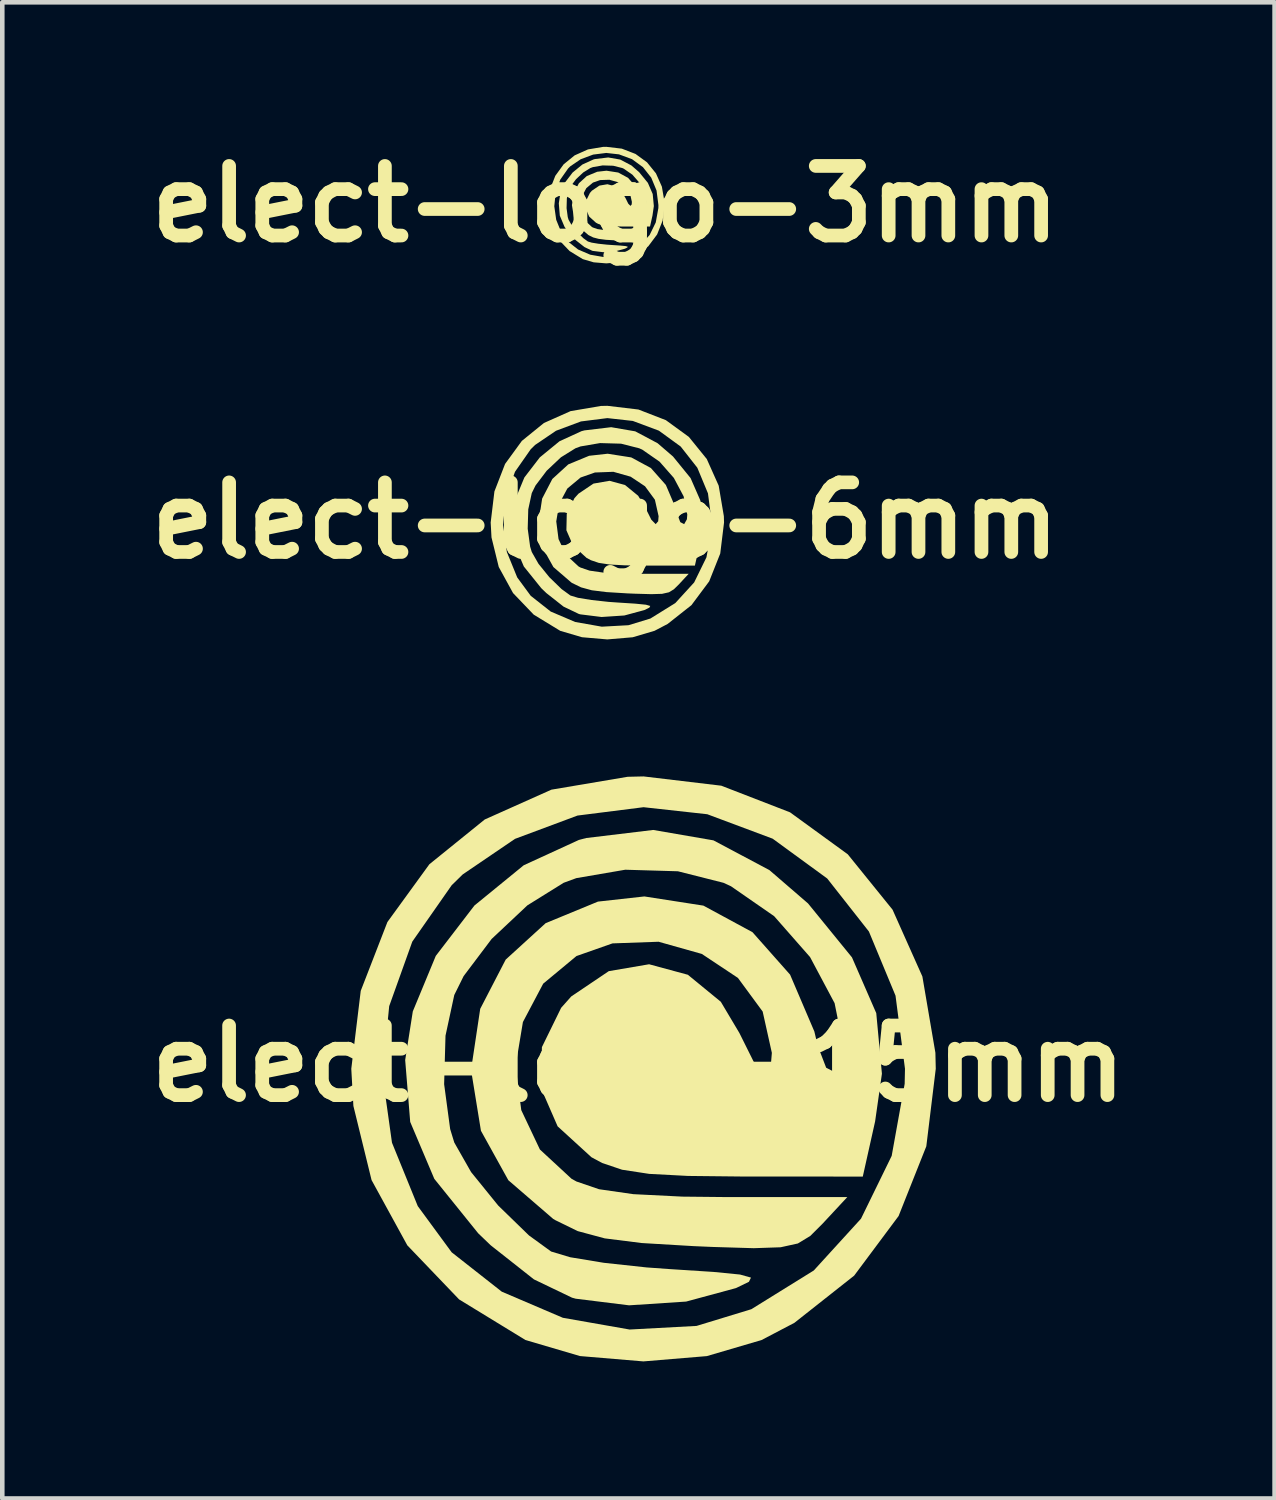
<source format=kicad_pcb>
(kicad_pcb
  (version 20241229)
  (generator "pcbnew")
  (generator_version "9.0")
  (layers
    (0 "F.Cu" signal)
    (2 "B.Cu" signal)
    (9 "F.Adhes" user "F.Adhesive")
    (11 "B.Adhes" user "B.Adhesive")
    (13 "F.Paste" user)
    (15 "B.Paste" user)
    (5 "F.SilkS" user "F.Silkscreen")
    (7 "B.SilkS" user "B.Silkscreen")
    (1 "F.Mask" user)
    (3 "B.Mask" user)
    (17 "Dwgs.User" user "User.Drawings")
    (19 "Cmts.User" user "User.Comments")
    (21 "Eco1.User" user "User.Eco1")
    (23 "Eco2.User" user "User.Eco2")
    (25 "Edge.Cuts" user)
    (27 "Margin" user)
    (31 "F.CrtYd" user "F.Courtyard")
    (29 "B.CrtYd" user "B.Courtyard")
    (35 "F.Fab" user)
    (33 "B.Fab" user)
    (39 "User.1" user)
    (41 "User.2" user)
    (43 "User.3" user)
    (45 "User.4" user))
  (footprint "elect-logo-15mm"
    (layer "F.Cu")
    (at 10.929 20.24)
    (property "Reference" "elect-logo-15mm" (at 0 0 0) (layer "F.SilkS") (effects (font (size 1.524 1.524) (thickness 0.3))))
    (attr board_only exclude_from_pos_files exclude_from_bom)
    (fp_poly (pts (xy 1.815 -6.086) (xy 3.32 -5.503) (xy 4.584 -4.584) (xy 5.565 -3.371) (xy 6.218 -1.908) (xy 6.503 -0.238) (xy 6.511 0.112) (xy 6.304 1.81) (xy 5.697 3.337) (xy 4.724 4.642) (xy 3.416 5.675) (xy 2.697 6.052) (xy 1.499 6.404) (xy 0.109 6.52) (xy -1.28 6.403) (xy -2.473 6.052) (xy -3.926 5.163) (xy -5.06 3.979) (xy -5.843 2.55) (xy -6.241 0.926) (xy -6.28 0.24) (xy -5.605 0.24) (xy -5.396 1.731) (xy -4.831 3.12) (xy -4.089 4.131) (xy -2.992 4.993) (xy -1.654 5.565) (xy -0.193 5.822) (xy 1.273 5.743) (xy 2.473 5.377) (xy 3.84 4.529) (xy 4.874 3.395) (xy 5.546 2.019) (xy 5.83 0.443) (xy 5.837 0.112) (xy 5.63 -1.488) (xy 5.047 -2.893) (xy 4.134 -4.054) (xy 2.939 -4.926) (xy 1.508 -5.461) (xy 0.112 -5.615) (xy -1.334 -5.432) (xy -2.702 -4.922) (xy -3.846 -4.144) (xy -4.089 -3.906) (xy -4.951 -2.672) (xy -5.457 -1.259) (xy -5.605 0.24) (xy -6.28 0.24) (xy -6.287 0.112) (xy -6.08 -1.594) (xy -5.496 -3.101) (xy -4.577 -4.366) (xy -3.365 -5.346) (xy -1.905 -5.999) (xy -0.237 -6.281) (xy 0.112 -6.289)) (stroke (width 0) (type solid)) (fill yes) (layer "F.SilkS"))
    (fp_poly (pts (xy 1.643 -4.889) (xy 2.868 -4.238) (xy 3.714 -3.508) (xy 4.676 -2.327) (xy 5.208 -1.106) (xy 5.332 0.221) (xy 5.183 1.265) (xy 4.913 2.473) (xy 2.288 2.472) (xy 1.087 2.459) (xy 0.237 2.414) (xy -0.358 2.323) (xy -0.795 2.175) (xy -1.029 2.049) (xy -1.769 1.373) (xy -2.134 0.535) (xy -2.113 -0.362) (xy -1.692 -1.222) (xy -1.471 -1.471) (xy -0.649 -2.025) (xy 0.234 -2.176) (xy 1.083 -1.946) (xy 1.804 -1.355) (xy 2.211 -0.671) (xy 2.524 -0.042) (xy 2.763 0.201) (xy 2.899 0.043) (xy 2.922 -0.236) (xy 2.721 -1.14) (xy 2.179 -1.877) (xy 1.389 -2.402) (xy 0.442 -2.669) (xy -0.568 -2.633) (xy -1.356 -2.356) (xy -2.085 -1.751) (xy -2.529 -0.911) (xy -2.689 0.05) (xy -2.565 1.018) (xy -2.157 1.88) (xy -1.464 2.521) (xy -1.356 2.581) (xy -0.862 2.75) (xy -0.112 2.858) (xy 0.965 2.912) (xy 1.939 2.922) (xy 4.574 2.922) (xy 4.029 3.508) (xy 3.763 3.773) (xy 3.491 3.938) (xy 3.113 4.021) (xy 2.526 4.041) (xy 1.629 4.014) (xy 1.212 3.996) (xy 0.07 3.928) (xy -0.738 3.826) (xy -1.329 3.667) (xy -1.818 3.428) (xy -1.867 3.399) (xy -2.848 2.553) (xy -3.448 1.47) (xy -3.66 0.166) (xy -3.661 0.112) (xy -3.464 -1.2) (xy -2.906 -2.278) (xy -2.031 -3.076) (xy -0.886 -3.548) (xy 0.131 -3.661) (xy 1.423 -3.46) (xy 2.498 -2.878) (xy 3.321 -1.949) (xy 3.853 -0.703) (xy 3.926 -0.393) (xy 4.111 0.089) (xy 4.326 0.201) (xy 4.476 -0.068) (xy 4.496 -0.323) (xy 4.296 -1.324) (xy 3.758 -2.334) (xy 2.972 -3.229) (xy 2.027 -3.884) (xy 1.862 -3.96) (xy 0.865 -4.212) (xy -0.288 -4.246) (xy -1.359 -4.062) (xy -1.637 -3.96) (xy -2.431 -3.466) (xy -3.214 -2.73) (xy -3.827 -1.917) (xy -4.032 -1.503) (xy -4.224 -0.612) (xy -4.254 0.45) (xy -4.122 1.433) (xy -4.032 1.727) (xy -3.664 2.374) (xy -3.07 3.107) (xy -2.396 3.762) (xy -1.911 4.114) (xy -1.495 4.239) (xy -0.757 4.361) (xy 0.176 4.462) (xy 0.674 4.498) (xy 1.647 4.561) (xy 2.225 4.618) (xy 2.465 4.685) (xy 2.42 4.777) (xy 2.146 4.91) (xy 2.135 4.915) (xy 1.045 5.21) (xy -0.205 5.292) (xy -1.373 5.147) (xy -1.453 5.125) (xy -2.288 4.724) (xy -3.235 3.977) (xy -3.508 3.715) (xy -4.469 2.523) (xy -4.997 1.276) (xy -5.107 -0.079) (xy -4.94 -1.144) (xy -4.437 -2.359) (xy -3.591 -3.462) (xy -2.511 -4.344) (xy -1.304 -4.898) (xy -1.144 -4.94) (xy 0.324 -5.117)) (stroke (width 0) (type solid)) (fill yes) (layer "F.SilkS")))
  (footprint "elect-logo-3mm"
    (layer "F.Cu")
    (at 10.204 1.418)
    (property "Reference" "elect-logo-3mm" (at 0 0 0) (layer "F.SilkS") (effects (font (size 1.524 1.524) (thickness 0.3))))
    (attr board_only exclude_from_pos_files exclude_from_bom)
    (fp_poly (pts (xy 0.362 -1.213) (xy 0.662 -1.097) (xy 0.914 -0.913) (xy 1.109 -0.672) (xy 1.239 -0.38) (xy 1.296 -0.047) (xy 1.298 0.022) (xy 1.256 0.361) (xy 1.135 0.665) (xy 0.941 0.925) (xy 0.681 1.131) (xy 0.538 1.206) (xy 0.299 1.276) (xy 0.022 1.299) (xy -0.255 1.276) (xy -0.493 1.206) (xy -0.782 1.029) (xy -1.008 0.793) (xy -1.164 0.508) (xy -1.244 0.185) (xy -1.251 0.048) (xy -1.117 0.048) (xy -1.075 0.345) (xy -0.963 0.622) (xy -0.815 0.823) (xy -0.596 0.995) (xy -0.33 1.109) (xy -0.038 1.16) (xy 0.254 1.145) (xy 0.493 1.072) (xy 0.765 0.903) (xy 0.971 0.677) (xy 1.105 0.402) (xy 1.162 0.088) (xy 1.163 0.022) (xy 1.122 -0.297) (xy 1.006 -0.577) (xy 0.824 -0.808) (xy 0.586 -0.982) (xy 0.3 -1.088) (xy 0.022 -1.119) (xy -0.266 -1.083) (xy -0.539 -0.981) (xy -0.767 -0.826) (xy -0.815 -0.778) (xy -0.987 -0.533) (xy -1.087 -0.251) (xy -1.117 0.048) (xy -1.251 0.048) (xy -1.253 0.022) (xy -1.212 -0.318) (xy -1.095 -0.618) (xy -0.912 -0.87) (xy -0.671 -1.066) (xy -0.38 -1.196) (xy -0.047 -1.252) (xy 0.022 -1.253)) (stroke (width 0) (type solid)) (fill yes) (layer "F.SilkS"))
    (fp_poly (pts (xy 0.327 -0.974) (xy 0.572 -0.845) (xy 0.74 -0.699) (xy 0.932 -0.464) (xy 1.038 -0.22) (xy 1.063 0.044) (xy 1.033 0.252) (xy 0.979 0.493) (xy 0.456 0.493) (xy 0.217 0.49) (xy 0.047 0.481) (xy -0.071 0.463) (xy -0.158 0.433) (xy -0.205 0.408) (xy -0.353 0.274) (xy -0.425 0.107) (xy -0.421 -0.072) (xy -0.337 -0.243) (xy -0.293 -0.293) (xy -0.129 -0.404) (xy 0.047 -0.434) (xy 0.216 -0.388) (xy 0.359 -0.27) (xy 0.441 -0.134) (xy 0.503 -0.008) (xy 0.551 0.04) (xy 0.578 0.009) (xy 0.582 -0.047) (xy 0.542 -0.227) (xy 0.434 -0.374) (xy 0.277 -0.479) (xy 0.088 -0.532) (xy -0.113 -0.525) (xy -0.27 -0.47) (xy -0.415 -0.349) (xy -0.504 -0.182) (xy -0.536 0.01) (xy -0.511 0.203) (xy -0.43 0.375) (xy -0.292 0.503) (xy -0.27 0.514) (xy -0.172 0.548) (xy -0.022 0.569) (xy 0.192 0.58) (xy 0.386 0.582) (xy 0.912 0.582) (xy 0.803 0.699) (xy 0.75 0.752) (xy 0.696 0.785) (xy 0.62 0.801) (xy 0.503 0.805) (xy 0.325 0.8) (xy 0.242 0.796) (xy 0.014 0.783) (xy -0.147 0.762) (xy -0.265 0.731) (xy -0.362 0.683) (xy -0.372 0.677) (xy -0.568 0.509) (xy -0.687 0.293) (xy -0.729 0.033) (xy -0.73 0.022) (xy -0.69 -0.239) (xy -0.579 -0.454) (xy -0.405 -0.613) (xy -0.177 -0.707) (xy 0.026 -0.73) (xy 0.284 -0.69) (xy 0.498 -0.574) (xy 0.662 -0.388) (xy 0.768 -0.14) (xy 0.782 -0.078) (xy 0.819 0.018) (xy 0.862 0.04) (xy 0.892 -0.014) (xy 0.896 -0.064) (xy 0.856 -0.264) (xy 0.749 -0.465) (xy 0.592 -0.644) (xy 0.404 -0.774) (xy 0.371 -0.789) (xy 0.172 -0.839) (xy -0.057 -0.846) (xy -0.271 -0.809) (xy -0.326 -0.789) (xy -0.484 -0.691) (xy -0.641 -0.544) (xy -0.763 -0.382) (xy -0.804 -0.299) (xy -0.842 -0.122) (xy -0.848 0.09) (xy -0.822 0.286) (xy -0.804 0.344) (xy -0.73 0.473) (xy -0.612 0.619) (xy -0.478 0.75) (xy -0.381 0.82) (xy -0.298 0.845) (xy -0.151 0.869) (xy 0.035 0.889) (xy 0.134 0.896) (xy 0.328 0.909) (xy 0.444 0.92) (xy 0.491 0.934) (xy 0.482 0.952) (xy 0.428 0.979) (xy 0.426 0.979) (xy 0.208 1.038) (xy -0.041 1.055) (xy -0.274 1.026) (xy -0.29 1.021) (xy -0.456 0.942) (xy -0.645 0.793) (xy -0.699 0.74) (xy -0.891 0.503) (xy -0.996 0.254) (xy -1.018 -0.016) (xy -0.985 -0.228) (xy -0.884 -0.47) (xy -0.716 -0.69) (xy -0.501 -0.866) (xy -0.26 -0.976) (xy -0.228 -0.985) (xy 0.064 -1.02)) (stroke (width 0) (type solid)) (fill yes) (layer "F.SilkS")))
  (footprint "elect-logo-6mm"
    (layer "F.Cu")
    (at 10.204 8.347)
    (property "Reference" "elect-logo-6mm" (at 0 0 0) (layer "F.SilkS") (effects (font (size 1.524 1.524) (thickness 0.3))))
    (attr board_only exclude_from_pos_files exclude_from_bom)
    (fp_poly (pts (xy 0.725 -2.43) (xy 1.326 -2.197) (xy 1.83 -1.83) (xy 2.222 -1.346) (xy 2.483 -0.762) (xy 2.596 -0.095) (xy 2.6 0.045) (xy 2.517 0.723) (xy 2.275 1.332) (xy 1.886 1.854) (xy 1.364 2.266) (xy 1.077 2.416) (xy 0.599 2.557) (xy 0.044 2.604) (xy -0.511 2.556) (xy -0.987 2.416) (xy -1.567 2.062) (xy -2.02 1.589) (xy -2.333 1.018) (xy -2.492 0.37) (xy -2.507 0.096) (xy -2.238 0.096) (xy -2.155 0.691) (xy -1.929 1.246) (xy -1.633 1.649) (xy -1.195 1.994) (xy -0.66 2.222) (xy -0.077 2.325) (xy 0.508 2.293) (xy 0.987 2.147) (xy 1.533 1.808) (xy 1.946 1.356) (xy 2.215 0.806) (xy 2.328 0.177) (xy 2.331 0.045) (xy 2.248 -0.594) (xy 2.015 -1.155) (xy 1.651 -1.619) (xy 1.173 -1.967) (xy 0.602 -2.18) (xy 0.045 -2.242) (xy -0.533 -2.169) (xy -1.079 -1.965) (xy -1.536 -1.655) (xy -1.633 -1.56) (xy -1.977 -1.067) (xy -2.179 -0.503) (xy -2.238 0.096) (xy -2.507 0.096) (xy -2.51 0.045) (xy -2.428 -0.636) (xy -2.195 -1.238) (xy -1.827 -1.743) (xy -1.344 -2.135) (xy -0.76 -2.395) (xy -0.095 -2.508) (xy 0.045 -2.511)) (stroke (width 0) (type solid)) (fill yes) (layer "F.SilkS"))
    (fp_poly (pts (xy 0.656 -1.952) (xy 1.145 -1.692) (xy 1.483 -1.401) (xy 1.867 -0.929) (xy 2.08 -0.442) (xy 2.129 0.088) (xy 2.07 0.505) (xy 1.962 0.987) (xy 0.914 0.987) (xy 0.434 0.982) (xy 0.095 0.964) (xy -0.143 0.928) (xy -0.317 0.869) (xy -0.411 0.818) (xy -0.706 0.548) (xy -0.852 0.214) (xy -0.844 -0.145) (xy -0.676 -0.488) (xy -0.587 -0.587) (xy -0.259 -0.808) (xy 0.093 -0.869) (xy 0.432 -0.777) (xy 0.72 -0.541) (xy 0.883 -0.268) (xy 1.008 -0.017) (xy 1.103 0.08) (xy 1.158 0.017) (xy 1.167 -0.094) (xy 1.086 -0.455) (xy 0.87 -0.749) (xy 0.555 -0.959) (xy 0.177 -1.066) (xy -0.227 -1.051) (xy -0.541 -0.941) (xy -0.832 -0.699) (xy -1.01 -0.364) (xy -1.074 0.02) (xy -1.024 0.407) (xy -0.861 0.751) (xy -0.585 1.007) (xy -0.541 1.031) (xy -0.344 1.098) (xy -0.045 1.141) (xy 0.386 1.163) (xy 0.774 1.167) (xy 1.826 1.167) (xy 1.609 1.401) (xy 1.502 1.506) (xy 1.394 1.572) (xy 1.243 1.606) (xy 1.009 1.613) (xy 0.65 1.603) (xy 0.484 1.596) (xy 0.028 1.568) (xy -0.295 1.528) (xy -0.531 1.464) (xy -0.726 1.369) (xy -0.745 1.357) (xy -1.137 1.019) (xy -1.377 0.587) (xy -1.462 0.066) (xy -1.462 0.045) (xy -1.383 -0.479) (xy -1.16 -0.909) (xy -0.811 -1.228) (xy -0.354 -1.417) (xy 0.052 -1.462) (xy 0.568 -1.381) (xy 0.998 -1.149) (xy 1.326 -0.778) (xy 1.538 -0.281) (xy 1.568 -0.157) (xy 1.642 0.036) (xy 1.727 0.08) (xy 1.787 -0.027) (xy 1.795 -0.129) (xy 1.715 -0.529) (xy 1.501 -0.932) (xy 1.187 -1.289) (xy 0.81 -1.551) (xy 0.743 -1.581) (xy 0.345 -1.682) (xy -0.115 -1.695) (xy -0.542 -1.622) (xy -0.654 -1.581) (xy -0.971 -1.384) (xy -1.283 -1.09) (xy -1.528 -0.766) (xy -1.61 -0.6) (xy -1.687 -0.244) (xy -1.699 0.18) (xy -1.646 0.572) (xy -1.61 0.69) (xy -1.463 0.948) (xy -1.226 1.241) (xy -0.957 1.502) (xy -0.763 1.643) (xy -0.597 1.693) (xy -0.302 1.741) (xy 0.07 1.782) (xy 0.269 1.796) (xy 0.658 1.821) (xy 0.889 1.844) (xy 0.984 1.871) (xy 0.966 1.907) (xy 0.857 1.961) (xy 0.853 1.962) (xy 0.417 2.08) (xy -0.082 2.113) (xy -0.548 2.055) (xy -0.58 2.046) (xy -0.914 1.886) (xy -1.292 1.588) (xy -1.401 1.483) (xy -1.784 1.007) (xy -1.995 0.51) (xy -2.039 -0.032) (xy -1.973 -0.457) (xy -1.772 -0.942) (xy -1.434 -1.382) (xy -1.003 -1.735) (xy -0.521 -1.956) (xy -0.457 -1.973) (xy 0.129 -2.043)) (stroke (width 0) (type solid)) (fill yes) (layer "F.SilkS")))
  (gr_rect
    (start -3 -3)
    (end 24.859 29.761)
    (stroke (width 0.1) (type default))
    (fill no)
    (layer "Edge.Cuts")))
</source>
